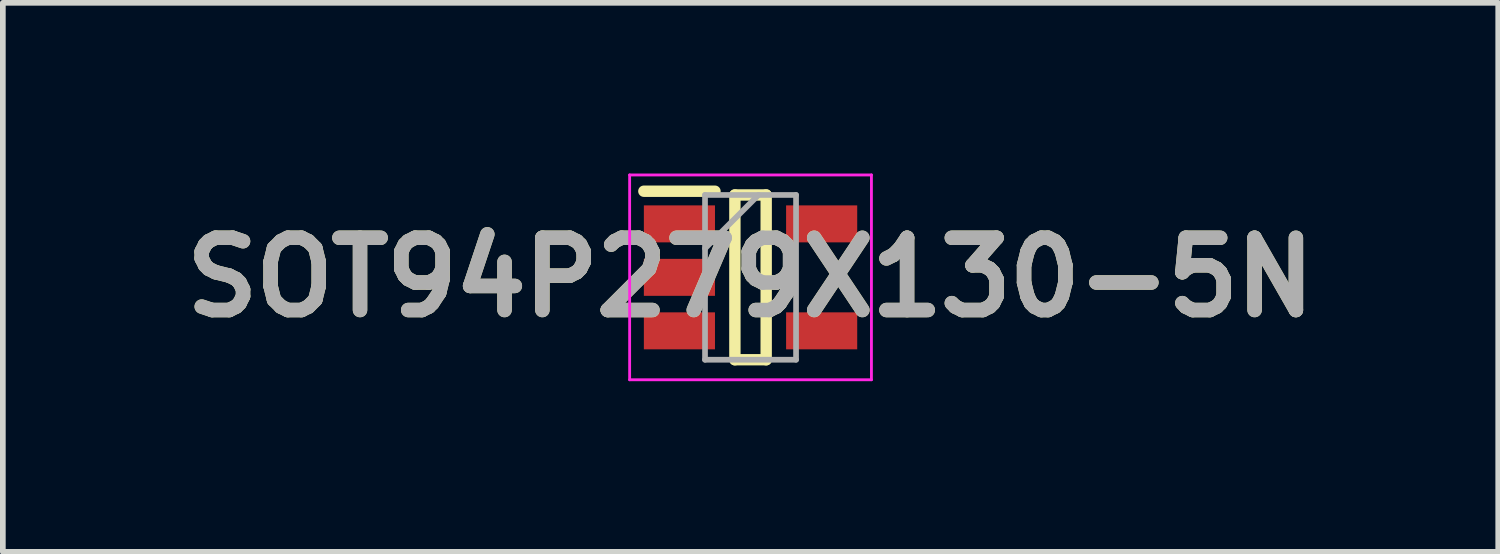
<source format=kicad_pcb>
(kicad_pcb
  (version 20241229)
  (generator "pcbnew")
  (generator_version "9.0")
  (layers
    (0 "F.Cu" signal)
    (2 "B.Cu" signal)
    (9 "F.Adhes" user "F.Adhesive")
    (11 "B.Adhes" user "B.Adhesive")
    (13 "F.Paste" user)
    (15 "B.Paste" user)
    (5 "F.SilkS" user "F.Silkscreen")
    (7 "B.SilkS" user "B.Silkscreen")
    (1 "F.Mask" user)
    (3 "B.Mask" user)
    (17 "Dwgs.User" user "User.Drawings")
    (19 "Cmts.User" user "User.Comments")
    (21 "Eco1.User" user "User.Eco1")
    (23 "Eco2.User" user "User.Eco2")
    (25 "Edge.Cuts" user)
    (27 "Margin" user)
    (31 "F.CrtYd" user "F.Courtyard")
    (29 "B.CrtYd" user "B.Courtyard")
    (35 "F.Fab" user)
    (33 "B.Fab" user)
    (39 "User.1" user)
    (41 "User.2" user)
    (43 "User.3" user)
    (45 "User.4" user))
  (footprint "SOT94P279X130-5N"
    (layer "F.Cu")
    (at 10.142 1.825)
    (property "Reference" "SOT94P279X130-5N" (at 0 0 0) (layer "F.SilkS") (effects (font (size 1.27 1.27) (thickness 0.254))))
    (attr smd)
    (fp_line (start -1.875 -1.514) (end -0.625 -1.514) (stroke (width 0.2) (type solid)) (layer "F.SilkS"))
    (fp_line (start -0.275 -1.448) (end 0.275 -1.448) (stroke (width 0.2) (type solid)) (layer "F.SilkS"))
    (fp_line (start -0.275 1.448) (end -0.275 -1.448) (stroke (width 0.2) (type solid)) (layer "F.SilkS"))
    (fp_line (start 0.275 -1.448) (end 0.275 1.448) (stroke (width 0.2) (type solid)) (layer "F.SilkS"))
    (fp_line (start 0.275 1.448) (end -0.275 1.448) (stroke (width 0.2) (type solid)) (layer "F.SilkS"))
    (fp_line (start -2.125 -1.8) (end 2.125 -1.8) (stroke (width 0.05) (type solid)) (layer "F.CrtYd"))
    (fp_line (start -2.125 1.8) (end -2.125 -1.8) (stroke (width 0.05) (type solid)) (layer "F.CrtYd"))
    (fp_line (start 2.125 -1.8) (end 2.125 1.8) (stroke (width 0.05) (type solid)) (layer "F.CrtYd"))
    (fp_line (start 2.125 1.8) (end -2.125 1.8) (stroke (width 0.05) (type solid)) (layer "F.CrtYd"))
    (fp_line (start -0.8 -1.448) (end 0.8 -1.448) (stroke (width 0.1) (type solid)) (layer "F.Fab"))
    (fp_line (start -0.8 -0.508) (end 0.14 -1.448) (stroke (width 0.1) (type solid)) (layer "F.Fab"))
    (fp_line (start -0.8 1.448) (end -0.8 -1.448) (stroke (width 0.1) (type solid)) (layer "F.Fab"))
    (fp_line (start 0.8 -1.448) (end 0.8 1.448) (stroke (width 0.1) (type solid)) (layer "F.Fab"))
    (fp_line (start 0.8 1.448) (end -0.8 1.448) (stroke (width 0.1) (type solid)) (layer "F.Fab"))
    (fp_text user "${REFERENCE}" (at 0 0 0) (layer "F.Fab") (effects (font (size 1.27 1.27) (thickness 0.254))))
    (pad "1" smd rect (at -1.25 -0.94 90) (size 0.65 1.25) (layers "F.Cu" "F.Mask" "F.Paste"))
    (pad "2" smd rect (at -1.25 0 90) (size 0.65 1.25) (layers "F.Cu" "F.Mask" "F.Paste"))
    (pad "3" smd rect (at -1.25 0.94 90) (size 0.65 1.25) (layers "F.Cu" "F.Mask" "F.Paste"))
    (pad "4" smd rect (at 1.25 0.94 90) (size 0.65 1.25) (layers "F.Cu" "F.Mask" "F.Paste"))
    (pad "5" smd rect (at 1.25 -0.94 90) (size 0.65 1.25) (layers "F.Cu" "F.Mask" "F.Paste")))
  (gr_rect
    (start -3 -3)
    (end 23.284 6.65)
    (stroke (width 0.1) (type default))
    (fill no)
    (layer "Edge.Cuts")))
</source>
